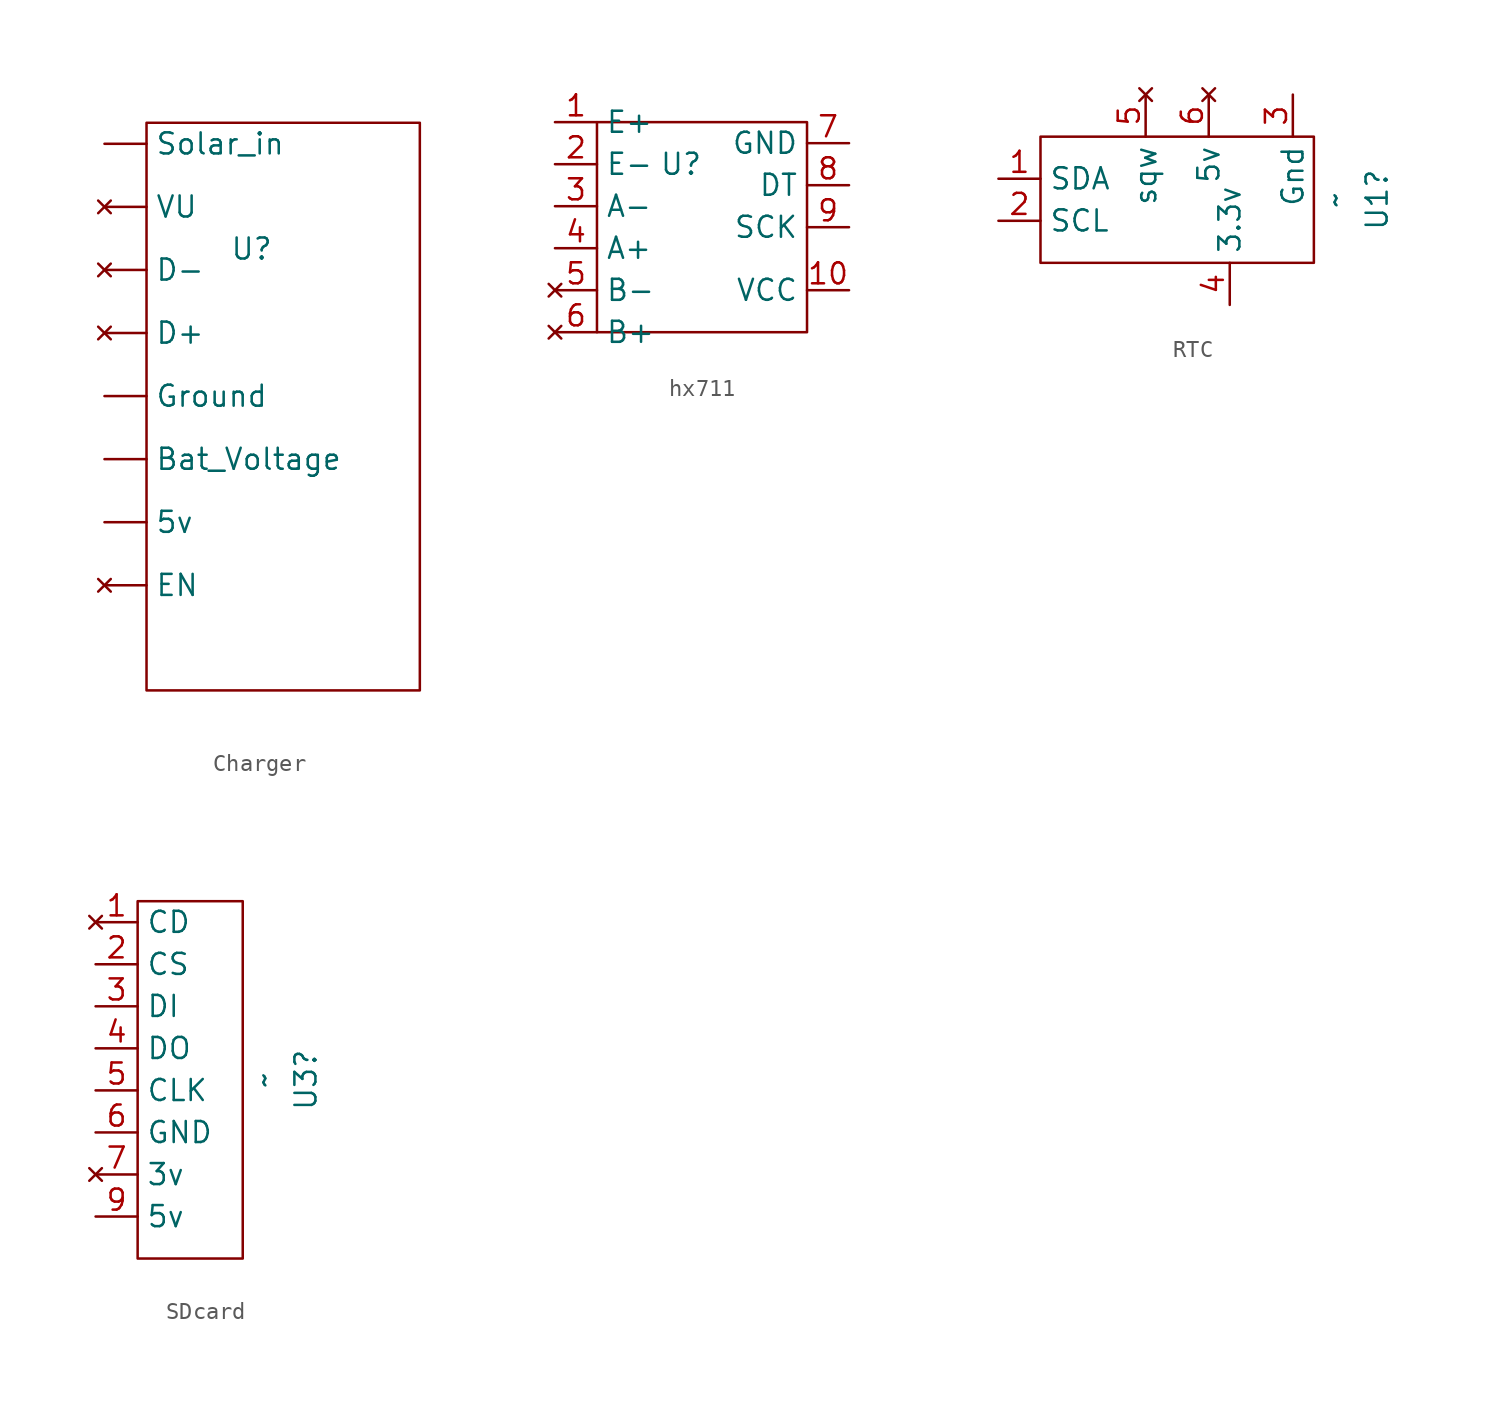
<source format=kicad_sym>
(kicad_symbol_lib
  (version 20241209)
  (generator "kicad_symbol_editor")
  (generator_version "9.0")
  (symbol "Charger"
    (property "Reference" "U"
      (at 0 0 0)
      (effects (font (size 1.27 1.27))))
    (property "Value" ""
      (at 0 0 0)
      (effects (font (size 1.27 1.27))))
    (symbol "Charger_0_1"
      (rectangle (start -6.35 7.62) (end 10.16 -26.67) (stroke (width 0) (type default)) (fill (type none))))
    (symbol "Charger_1_1"
      (pin input line (at -8.89 6.35 0) (length 2.54) (name "Solar_in" (effects (font (size 1.27 1.27)))) (number "" (effects (font (size 1.27 1.27)))))
      (pin no_connect line (at -8.89 2.54 0) (length 2.54) (name "VU" (effects (font (size 1.27 1.27)))) (number "" (effects (font (size 1.27 1.27)))))
      (pin no_connect line (at -8.89 -1.27 0) (length 2.54) (name "D-" (effects (font (size 1.27 1.27)))) (number "" (effects (font (size 1.27 1.27)))))
      (pin no_connect line (at -8.89 -5.08 0) (length 2.54) (name "D+" (effects (font (size 1.27 1.27)))) (number "" (effects (font (size 1.27 1.27)))))
      (pin input line (at -8.89 -8.89 0) (length 2.54) (name "Ground" (effects (font (size 1.27 1.27)))) (number "" (effects (font (size 1.27 1.27)))))
      (pin output line (at -8.89 -12.7 0) (length 2.54) (name "Bat_Voltage" (effects (font (size 1.27 1.27)))) (number "" (effects (font (size 1.27 1.27)))))
      (pin output line (at -8.89 -16.51 0) (length 2.54) (name "5v" (effects (font (size 1.27 1.27)))) (number "" (effects (font (size 1.27 1.27)))))
      (pin no_connect line (at -8.89 -20.32 0) (length 2.54) (name "EN" (effects (font (size 1.27 1.27)))) (number "" (effects (font (size 1.27 1.27)))))))
  (symbol "hx711"
    (property "Reference" "U"
      (at 0 0 0)
      (effects (font (size 1.27 1.27))))
    (property "Value" ""
      (at 0 0 0)
      (effects (font (size 1.27 1.27))))
    (symbol "hx711_0_1"
      (rectangle (start -5.08 2.54) (end 7.62 -10.16) (stroke (width 0) (type default)) (fill (type none))))
    (symbol "hx711_1_1"
      (pin input line (at -7.62 2.54 0) (length 2.54) (name "E+" (effects (font (size 1.27 1.27)))) (number "1" (effects (font (size 1.27 1.27)))))
      (pin input line (at -7.62 0 0) (length 2.54) (name "E-" (effects (font (size 1.27 1.27)))) (number "2" (effects (font (size 1.27 1.27)))))
      (pin input line (at -7.62 -2.54 0) (length 2.54) (name "A-" (effects (font (size 1.27 1.27)))) (number "3" (effects (font (size 1.27 1.27)))))
      (pin input line (at -7.62 -5.08 0) (length 2.54) (name "A+" (effects (font (size 1.27 1.27)))) (number "4" (effects (font (size 1.27 1.27)))))
      (pin no_connect line (at -7.62 -7.62 0) (length 2.54) (name "B-" (effects (font (size 1.27 1.27)))) (number "5" (effects (font (size 1.27 1.27)))))
      (pin no_connect line (at -7.62 -10.16 0) (length 2.54) (name "B+" (effects (font (size 1.27 1.27)))) (number "6" (effects (font (size 1.27 1.27)))))
      (pin input line (at 10.16 1.27 180) (length 2.54) (name "GND" (effects (font (size 1.27 1.27)))) (number "7" (effects (font (size 1.27 1.27)))))
      (pin input line (at 10.16 -1.27 180) (length 2.54) (name "DT" (effects (font (size 1.27 1.27)))) (number "8" (effects (font (size 1.27 1.27)))))
      (pin output line (at 10.16 -3.81 180) (length 2.54) (name "SCK" (effects (font (size 1.27 1.27)))) (number "9" (effects (font (size 1.27 1.27)))))
      (pin input line (at 10.16 -7.62 180) (length 2.54) (name "VCC" (effects (font (size 1.27 1.27)))) (number "10" (effects (font (size 1.27 1.27)))))))
  (symbol "RTC"
    (property "Reference" "U1"
      (at 12.7 -2.54 90)
      (effects (font (size 1.27 1.27))))
    (property "Value" "~"
      (at 10.16 -2.54 90)
      (effects (font (size 1.27 1.27))))
    (symbol "RTC_0_1"
      (rectangle (start 8.89 1.27) (end -7.62 -6.35) (stroke (width 0) (type default)) (fill (type none))))
    (symbol "RTC_1_1"
      (pin output line (at -10.16 -1.27 0) (length 2.54) (name "SDA" (effects (font (size 1.27 1.27)))) (number "1" (effects (font (size 1.27 1.27)))))
      (pin input line (at -10.16 -3.81 0) (length 2.54) (name "SCL" (effects (font (size 1.27 1.27)))) (number "2" (effects (font (size 1.27 1.27)))))
      (pin no_connect line (at -1.27 3.81 270) (length 2.54) (name "sqw" (effects (font (size 1.27 1.27)))) (number "5" (effects (font (size 1.27 1.27)))))
      (pin no_connect line (at 2.54 3.81 270) (length 2.54) (name "5v" (effects (font (size 1.27 1.27)))) (number "6" (effects (font (size 1.27 1.27)))))
      (pin input line (at 3.81 -8.89 90) (length 2.54) (name "3.3v" (effects (font (size 1.27 1.27)))) (number "4" (effects (font (size 1.27 1.27)))))
      (pin input line (at 7.62 3.81 270) (length 2.54) (name "Gnd" (effects (font (size 1.27 1.27)))) (number "3" (effects (font (size 1.27 1.27)))))))
  (symbol "SDcard"
    (property "Reference" "U3"
      (at 8.89 -8.255 90)
      (effects (font (size 1.27 1.27))))
    (property "Value" "~"
      (at 6.35 -8.255 90)
      (effects (font (size 1.27 1.27))))
    (symbol "SDcard_0_1"
      (rectangle (start -1.27 2.54) (end 5.08 -19.05) (stroke (width 0) (type default)) (fill (type none))))
    (symbol "SDcard_1_1"
      (pin no_connect line (at -3.81 1.27 0) (length 2.54) (name "CD" (effects (font (size 1.27 1.27)))) (number "1" (effects (font (size 1.27 1.27)))))
      (pin input line (at -3.81 -1.27 0) (length 2.54) (name "CS" (effects (font (size 1.27 1.27)))) (number "2" (effects (font (size 1.27 1.27)))))
      (pin input line (at -3.81 -3.81 0) (length 2.54) (name "DI" (effects (font (size 1.27 1.27)))) (number "3" (effects (font (size 1.27 1.27)))))
      (pin output line (at -3.81 -6.35 0) (length 2.54) (name "DO" (effects (font (size 1.27 1.27)))) (number "4" (effects (font (size 1.27 1.27)))))
      (pin input line (at -3.81 -8.89 0) (length 2.54) (name "CLK" (effects (font (size 1.27 1.27)))) (number "5" (effects (font (size 1.27 1.27)))))
      (pin input line (at -3.81 -11.43 0) (length 2.54) (name "GND" (effects (font (size 1.27 1.27)))) (number "6" (effects (font (size 1.27 1.27)))))
      (pin no_connect line (at -3.81 -13.97 0) (length 2.54) (name "3v" (effects (font (size 1.27 1.27)))) (number "7" (effects (font (size 1.27 1.27)))))
      (pin input line (at -3.81 -16.51 0) (length 2.54) (name "5v" (effects (font (size 1.27 1.27)))) (number "9" (effects (font (size 1.27 1.27))))))))
</source>
